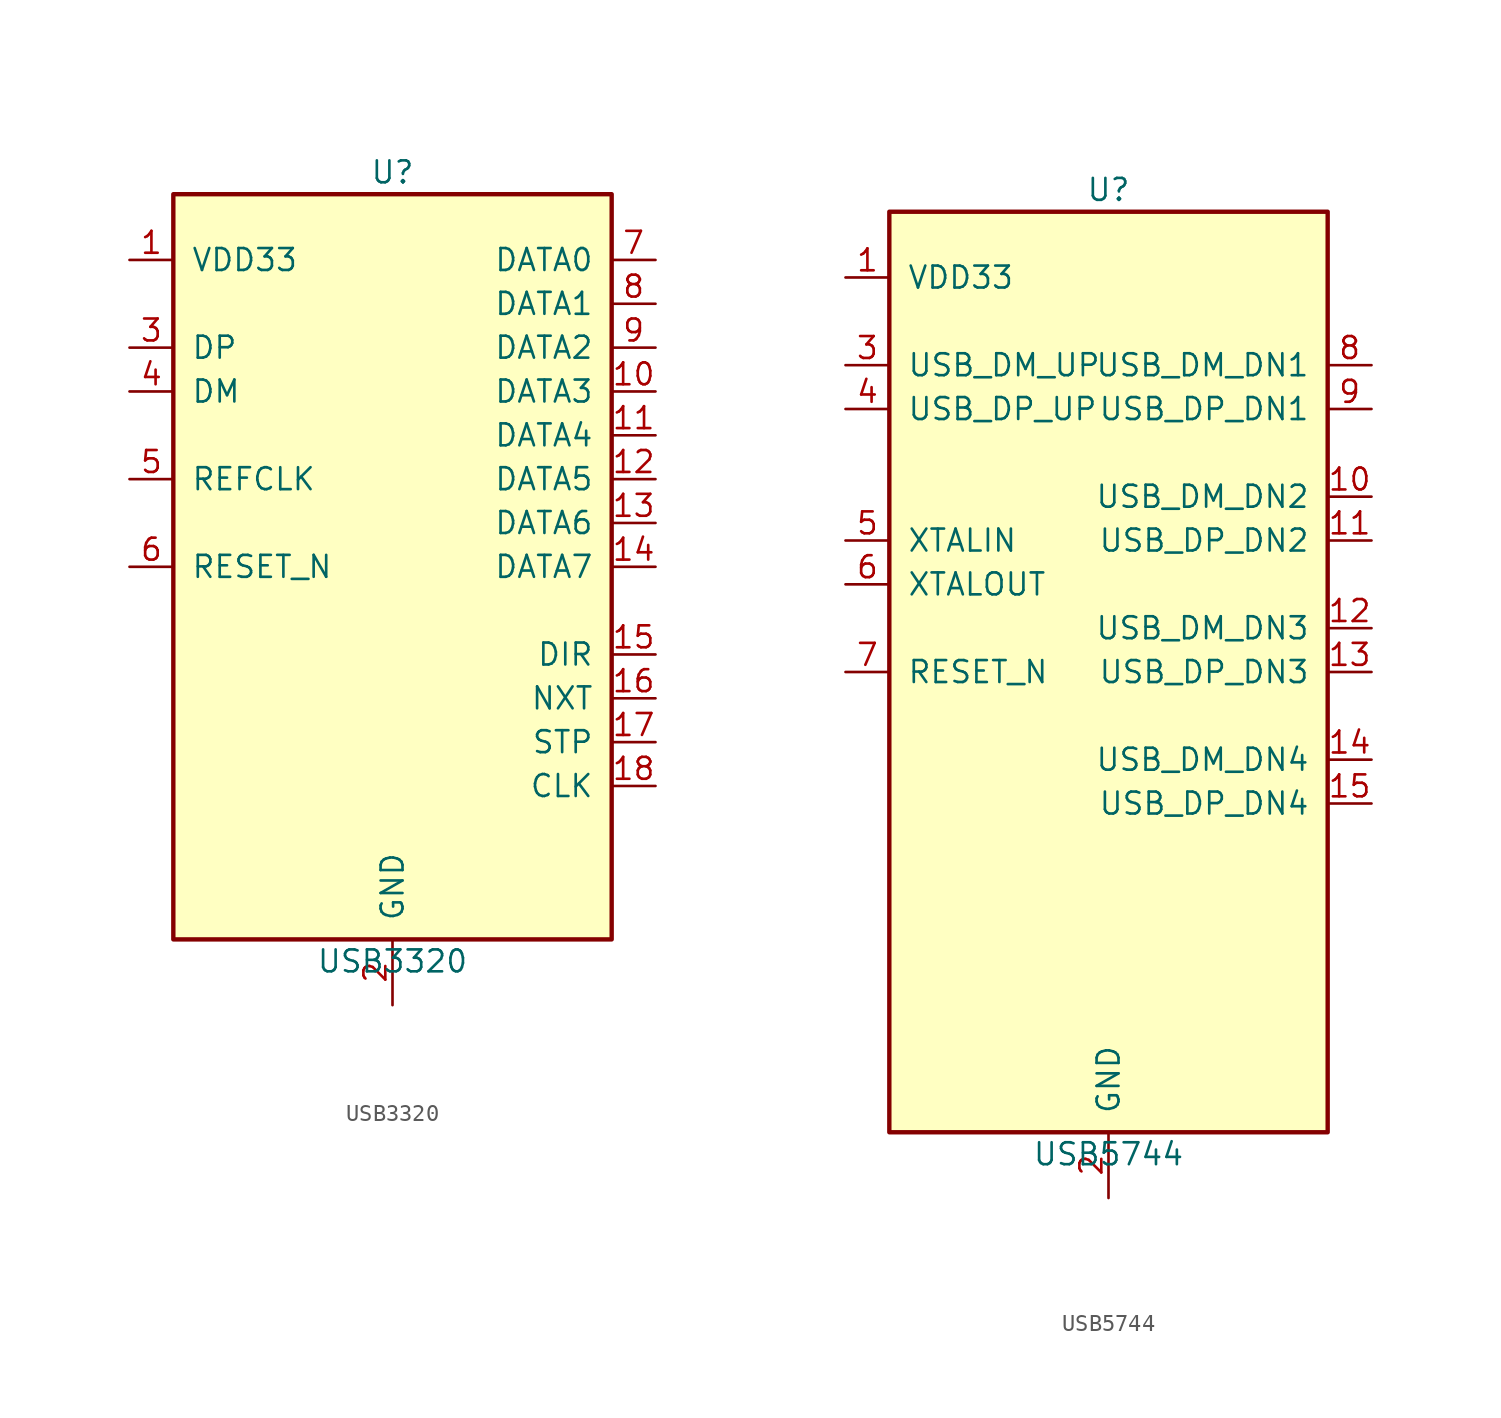
<source format=kicad_sym>
(kicad_symbol_lib
  (version 20231120)
  (generator "kicad_auto_builder")
  (generator_version "1.0")
  (symbol "USB3320"
    (pin_names
      (offset 1.016))
    (property "Reference" "U"
      (at 0 22.86 0)
      (effects (font (size 1.27 1.27))))
    (property "Value" "USB3320"
      (at 0 -22.86 0)
      (effects (font (size 1.27 1.27))))
    (symbol "USB3320_0_1"
      (rectangle (start -12.7 21.59) (end 12.7 -21.59) (stroke (width 0.254) (type default)) (fill (type background))))
    (symbol "USB3320_1_1"
      (pin power_in line (at -15.24 17.78 0) (length 2.54) (name "VDD33" (effects (font (size 1.27 1.27)))) (number "1" (effects (font (size 1.27 1.27)))))
      (pin power_in line (at 0 -25.4 90) (length 3.81) (name "GND" (effects (font (size 1.27 1.27)))) (number "2" (effects (font (size 1.27 1.27)))))
      (pin bidirectional line (at -15.24 12.7 0) (length 2.54) (name "DP" (effects (font (size 1.27 1.27)))) (number "3" (effects (font (size 1.27 1.27)))))
      (pin bidirectional line (at -15.24 10.16 0) (length 2.54) (name "DM" (effects (font (size 1.27 1.27)))) (number "4" (effects (font (size 1.27 1.27)))))
      (pin input line (at -15.24 5.08 0) (length 2.54) (name "REFCLK" (effects (font (size 1.27 1.27)))) (number "5" (effects (font (size 1.27 1.27)))))
      (pin input line (at -15.24 0 0) (length 2.54) (name "RESET_N" (effects (font (size 1.27 1.27)))) (number "6" (effects (font (size 1.27 1.27)))))
      (pin bidirectional line (at 15.24 17.78 180) (length 2.54) (name "DATA0" (effects (font (size 1.27 1.27)))) (number "7" (effects (font (size 1.27 1.27)))))
      (pin bidirectional line (at 15.24 15.24 180) (length 2.54) (name "DATA1" (effects (font (size 1.27 1.27)))) (number "8" (effects (font (size 1.27 1.27)))))
      (pin bidirectional line (at 15.24 12.7 180) (length 2.54) (name "DATA2" (effects (font (size 1.27 1.27)))) (number "9" (effects (font (size 1.27 1.27)))))
      (pin bidirectional line (at 15.24 10.16 180) (length 2.54) (name "DATA3" (effects (font (size 1.27 1.27)))) (number "10" (effects (font (size 1.27 1.27)))))
      (pin bidirectional line (at 15.24 7.62 180) (length 2.54) (name "DATA4" (effects (font (size 1.27 1.27)))) (number "11" (effects (font (size 1.27 1.27)))))
      (pin bidirectional line (at 15.24 5.08 180) (length 2.54) (name "DATA5" (effects (font (size 1.27 1.27)))) (number "12" (effects (font (size 1.27 1.27)))))
      (pin bidirectional line (at 15.24 2.54 180) (length 2.54) (name "DATA6" (effects (font (size 1.27 1.27)))) (number "13" (effects (font (size 1.27 1.27)))))
      (pin bidirectional line (at 15.24 0 180) (length 2.54) (name "DATA7" (effects (font (size 1.27 1.27)))) (number "14" (effects (font (size 1.27 1.27)))))
      (pin output line (at 15.24 -5.08 180) (length 2.54) (name "DIR" (effects (font (size 1.27 1.27)))) (number "15" (effects (font (size 1.27 1.27)))))
      (pin output line (at 15.24 -7.62 180) (length 2.54) (name "NXT" (effects (font (size 1.27 1.27)))) (number "16" (effects (font (size 1.27 1.27)))))
      (pin input line (at 15.24 -10.16 180) (length 2.54) (name "STP" (effects (font (size 1.27 1.27)))) (number "17" (effects (font (size 1.27 1.27)))))
      (pin output line (at 15.24 -12.7 180) (length 2.54) (name "CLK" (effects (font (size 1.27 1.27)))) (number "18" (effects (font (size 1.27 1.27)))))))
  (symbol "USB5744"
    (pin_names
      (offset 1.016))
    (property "Reference" "U"
      (at 0 27.94 0)
      (effects (font (size 1.27 1.27))))
    (property "Value" "USB5744"
      (at 0 -27.94 0)
      (effects (font (size 1.27 1.27))))
    (symbol "USB5744_0_1"
      (rectangle (start -12.7 26.67) (end 12.7 -26.67) (stroke (width 0.254) (type default)) (fill (type background))))
    (symbol "USB5744_1_1"
      (pin power_in line (at -15.24 22.86 0) (length 2.54) (name "VDD33" (effects (font (size 1.27 1.27)))) (number "1" (effects (font (size 1.27 1.27)))))
      (pin power_in line (at 0 -30.48 90) (length 3.81) (name "GND" (effects (font (size 1.27 1.27)))) (number "2" (effects (font (size 1.27 1.27)))))
      (pin bidirectional line (at -15.24 17.78 0) (length 2.54) (name "USB_DM_UP" (effects (font (size 1.27 1.27)))) (number "3" (effects (font (size 1.27 1.27)))))
      (pin bidirectional line (at -15.24 15.24 0) (length 2.54) (name "USB_DP_UP" (effects (font (size 1.27 1.27)))) (number "4" (effects (font (size 1.27 1.27)))))
      (pin input line (at -15.24 7.62 0) (length 2.54) (name "XTALIN" (effects (font (size 1.27 1.27)))) (number "5" (effects (font (size 1.27 1.27)))))
      (pin output line (at -15.24 5.08 0) (length 2.54) (name "XTALOUT" (effects (font (size 1.27 1.27)))) (number "6" (effects (font (size 1.27 1.27)))))
      (pin input line (at -15.24 0 0) (length 2.54) (name "RESET_N" (effects (font (size 1.27 1.27)))) (number "7" (effects (font (size 1.27 1.27)))))
      (pin bidirectional line (at 15.24 17.78 180) (length 2.54) (name "USB_DM_DN1" (effects (font (size 1.27 1.27)))) (number "8" (effects (font (size 1.27 1.27)))))
      (pin bidirectional line (at 15.24 15.24 180) (length 2.54) (name "USB_DP_DN1" (effects (font (size 1.27 1.27)))) (number "9" (effects (font (size 1.27 1.27)))))
      (pin bidirectional line (at 15.24 10.16 180) (length 2.54) (name "USB_DM_DN2" (effects (font (size 1.27 1.27)))) (number "10" (effects (font (size 1.27 1.27)))))
      (pin bidirectional line (at 15.24 7.62 180) (length 2.54) (name "USB_DP_DN2" (effects (font (size 1.27 1.27)))) (number "11" (effects (font (size 1.27 1.27)))))
      (pin bidirectional line (at 15.24 2.54 180) (length 2.54) (name "USB_DM_DN3" (effects (font (size 1.27 1.27)))) (number "12" (effects (font (size 1.27 1.27)))))
      (pin bidirectional line (at 15.24 0 180) (length 2.54) (name "USB_DP_DN3" (effects (font (size 1.27 1.27)))) (number "13" (effects (font (size 1.27 1.27)))))
      (pin bidirectional line (at 15.24 -5.08 180) (length 2.54) (name "USB_DM_DN4" (effects (font (size 1.27 1.27)))) (number "14" (effects (font (size 1.27 1.27)))))
      (pin bidirectional line (at 15.24 -7.62 180) (length 2.54) (name "USB_DP_DN4" (effects (font (size 1.27 1.27)))) (number "15" (effects (font (size 1.27 1.27))))))))
</source>
